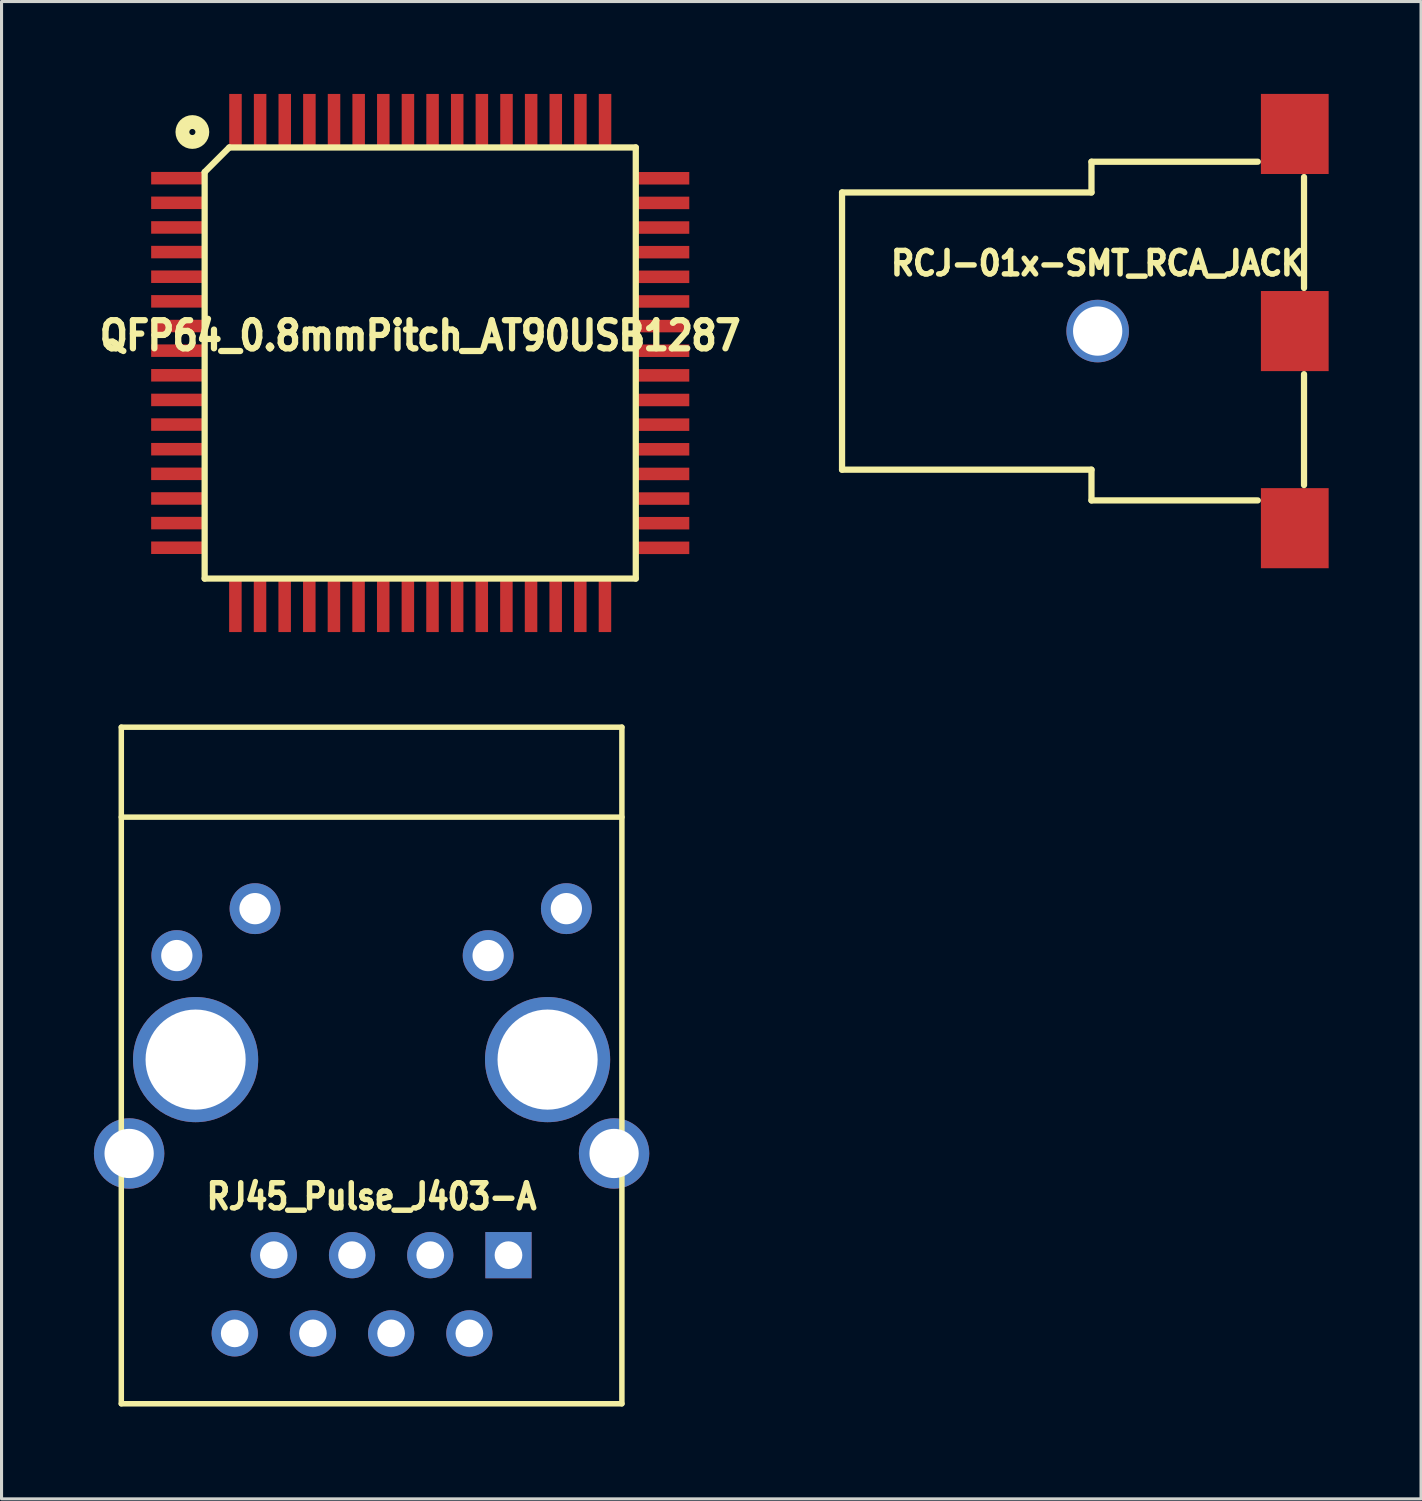
<source format=kicad_pcb>
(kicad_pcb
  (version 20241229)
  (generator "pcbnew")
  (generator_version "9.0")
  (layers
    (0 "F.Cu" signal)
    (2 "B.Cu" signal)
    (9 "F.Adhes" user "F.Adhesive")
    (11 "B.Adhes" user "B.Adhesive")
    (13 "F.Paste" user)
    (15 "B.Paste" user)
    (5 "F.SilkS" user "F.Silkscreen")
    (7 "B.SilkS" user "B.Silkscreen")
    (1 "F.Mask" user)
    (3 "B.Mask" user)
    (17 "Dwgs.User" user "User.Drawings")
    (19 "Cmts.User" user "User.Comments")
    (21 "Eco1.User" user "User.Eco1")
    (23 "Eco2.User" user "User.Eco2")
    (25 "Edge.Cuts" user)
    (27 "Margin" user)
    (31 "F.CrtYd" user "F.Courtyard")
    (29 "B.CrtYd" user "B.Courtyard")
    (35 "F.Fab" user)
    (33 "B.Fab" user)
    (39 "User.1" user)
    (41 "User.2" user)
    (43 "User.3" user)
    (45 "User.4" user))
  (footprint "QFP64_0.8mmPitch_AT90USB1287"
    (layer "F.Cu")
    (at 10.596 8.738)
    (property "Reference" "QFP64_0.8mmPitch_AT90USB1287" (at 0 -0.889 0) (layer "F.SilkS") (effects (font (size 0.914 0.813) (thickness 0.203))))
    (attr smd)
    (fp_line (start -7 -6.2) (end -7 7) (stroke (width 0.203) (type solid)) (layer "F.SilkS"))
    (fp_line (start -7 -6.2) (end -6.2 -7) (stroke (width 0.203) (type solid)) (layer "F.SilkS"))
    (fp_line (start -7 7) (end 7 7) (stroke (width 0.203) (type solid)) (layer "F.SilkS"))
    (fp_line (start 7 -7) (end -6.2 -7) (stroke (width 0.203) (type solid)) (layer "F.SilkS"))
    (fp_line (start 7 7) (end 7 -7) (stroke (width 0.203) (type solid)) (layer "F.SilkS"))
    (fp_circle (center -7.399 -7.501) (end -7.3 -7.501) (stroke (width 0.203) (type solid)) (fill no) (layer "F.SilkS"))
    (fp_circle (center -7.399 -7.501) (end -7.201 -7.699) (stroke (width 0.203) (type solid)) (fill no) (layer "F.SilkS"))
    (fp_circle (center -7.399 -7.501) (end -7 -7.3) (stroke (width 0.203) (type solid)) (fill no) (layer "F.SilkS"))
    (pad "1" smd rect (at -7.874 -6.002 90) (size 0.406 1.727) (layers "F.Cu" "F.Mask" "F.Paste"))
    (pad "2" smd rect (at -7.874 -5.202 90) (size 0.406 1.727) (layers "F.Cu" "F.Mask" "F.Paste"))
    (pad "3" smd rect (at -7.874 -4.402 90) (size 0.406 1.727) (layers "F.Cu" "F.Mask" "F.Paste"))
    (pad "4" smd rect (at -7.874 -3.602 90) (size 0.406 1.727) (layers "F.Cu" "F.Mask" "F.Paste"))
    (pad "5" smd rect (at -7.874 -2.802 90) (size 0.406 1.727) (layers "F.Cu" "F.Mask" "F.Paste"))
    (pad "6" smd rect (at -7.874 -2.002 90) (size 0.406 1.727) (layers "F.Cu" "F.Mask" "F.Paste"))
    (pad "7" smd rect (at -7.874 -1.201 90) (size 0.406 1.727) (layers "F.Cu" "F.Mask" "F.Paste"))
    (pad "8" smd rect (at -7.874 -0.401 90) (size 0.406 1.727) (layers "F.Cu" "F.Mask" "F.Paste"))
    (pad "9" smd rect (at -7.874 0.399 90) (size 0.406 1.727) (layers "F.Cu" "F.Mask" "F.Paste"))
    (pad "10" smd rect (at -7.874 1.199 90) (size 0.406 1.727) (layers "F.Cu" "F.Mask" "F.Paste"))
    (pad "11" smd rect (at -7.874 1.999 90) (size 0.406 1.727) (layers "F.Cu" "F.Mask" "F.Paste"))
    (pad "12" smd rect (at -7.874 2.799 90) (size 0.406 1.727) (layers "F.Cu" "F.Mask" "F.Paste"))
    (pad "13" smd rect (at -7.874 3.599 90) (size 0.406 1.727) (layers "F.Cu" "F.Mask" "F.Paste"))
    (pad "14" smd rect (at -7.874 4.399 90) (size 0.406 1.727) (layers "F.Cu" "F.Mask" "F.Paste"))
    (pad "15" smd rect (at -7.874 5.199 90) (size 0.406 1.727) (layers "F.Cu" "F.Mask" "F.Paste"))
    (pad "16" smd rect (at -7.874 5.999 90) (size 0.406 1.727) (layers "F.Cu" "F.Mask" "F.Paste"))
    (pad "17" smd rect (at -6.002 7.874) (size 0.406 1.727) (layers "F.Cu" "F.Mask" "F.Paste"))
    (pad "18" smd rect (at -5.202 7.874) (size 0.406 1.727) (layers "F.Cu" "F.Mask" "F.Paste"))
    (pad "19" smd rect (at -4.402 7.874) (size 0.406 1.727) (layers "F.Cu" "F.Mask" "F.Paste"))
    (pad "20" smd rect (at -3.602 7.874) (size 0.406 1.727) (layers "F.Cu" "F.Mask" "F.Paste"))
    (pad "21" smd rect (at -2.802 7.874) (size 0.406 1.727) (layers "F.Cu" "F.Mask" "F.Paste"))
    (pad "22" smd rect (at -2.002 7.874) (size 0.406 1.727) (layers "F.Cu" "F.Mask" "F.Paste"))
    (pad "23" smd rect (at -1.201 7.874) (size 0.406 1.727) (layers "F.Cu" "F.Mask" "F.Paste"))
    (pad "24" smd rect (at -0.401 7.874) (size 0.406 1.727) (layers "F.Cu" "F.Mask" "F.Paste"))
    (pad "25" smd rect (at 0.399 7.874) (size 0.406 1.727) (layers "F.Cu" "F.Mask" "F.Paste"))
    (pad "26" smd rect (at 1.199 7.874) (size 0.406 1.727) (layers "F.Cu" "F.Mask" "F.Paste"))
    (pad "27" smd rect (at 1.999 7.874) (size 0.406 1.727) (layers "F.Cu" "F.Mask" "F.Paste"))
    (pad "28" smd rect (at 2.799 7.874) (size 0.406 1.727) (layers "F.Cu" "F.Mask" "F.Paste"))
    (pad "29" smd rect (at 3.599 7.874) (size 0.406 1.727) (layers "F.Cu" "F.Mask" "F.Paste"))
    (pad "30" smd rect (at 4.399 7.874) (size 0.406 1.727) (layers "F.Cu" "F.Mask" "F.Paste"))
    (pad "31" smd rect (at 5.199 7.874) (size 0.406 1.727) (layers "F.Cu" "F.Mask" "F.Paste"))
    (pad "32" smd rect (at 5.999 7.874) (size 0.406 1.727) (layers "F.Cu" "F.Mask" "F.Paste"))
    (pad "33" smd rect (at 7.874 6.002 270) (size 0.406 1.727) (layers "F.Cu" "F.Mask" "F.Paste"))
    (pad "34" smd rect (at 7.874 5.202 270) (size 0.406 1.727) (layers "F.Cu" "F.Mask" "F.Paste"))
    (pad "35" smd rect (at 7.874 4.402 270) (size 0.406 1.727) (layers "F.Cu" "F.Mask" "F.Paste"))
    (pad "36" smd rect (at 7.874 3.602 270) (size 0.406 1.727) (layers "F.Cu" "F.Mask" "F.Paste"))
    (pad "37" smd rect (at 7.874 2.802 270) (size 0.406 1.727) (layers "F.Cu" "F.Mask" "F.Paste"))
    (pad "38" smd rect (at 7.874 2.002 270) (size 0.406 1.727) (layers "F.Cu" "F.Mask" "F.Paste"))
    (pad "39" smd rect (at 7.874 1.201 270) (size 0.406 1.727) (layers "F.Cu" "F.Mask" "F.Paste"))
    (pad "40" smd rect (at 7.874 0.401 270) (size 0.406 1.727) (layers "F.Cu" "F.Mask" "F.Paste"))
    (pad "41" smd rect (at 7.874 -0.399 270) (size 0.406 1.727) (layers "F.Cu" "F.Mask" "F.Paste"))
    (pad "42" smd rect (at 7.874 -1.199 270) (size 0.406 1.727) (layers "F.Cu" "F.Mask" "F.Paste"))
    (pad "43" smd rect (at 7.874 -1.999 270) (size 0.406 1.727) (layers "F.Cu" "F.Mask" "F.Paste"))
    (pad "44" smd rect (at 7.874 -2.799 270) (size 0.406 1.727) (layers "F.Cu" "F.Mask" "F.Paste"))
    (pad "45" smd rect (at 7.874 -3.599 270) (size 0.406 1.727) (layers "F.Cu" "F.Mask" "F.Paste"))
    (pad "46" smd rect (at 7.874 -4.399 270) (size 0.406 1.727) (layers "F.Cu" "F.Mask" "F.Paste"))
    (pad "47" smd rect (at 7.874 -5.199 270) (size 0.406 1.727) (layers "F.Cu" "F.Mask" "F.Paste"))
    (pad "48" smd rect (at 7.874 -5.999 270) (size 0.406 1.727) (layers "F.Cu" "F.Mask" "F.Paste"))
    (pad "49" smd rect (at 6.002 -7.874) (size 0.406 1.727) (layers "F.Cu" "F.Mask" "F.Paste"))
    (pad "50" smd rect (at 5.202 -7.874) (size 0.406 1.727) (layers "F.Cu" "F.Mask" "F.Paste"))
    (pad "51" smd rect (at 4.402 -7.874) (size 0.406 1.727) (layers "F.Cu" "F.Mask" "F.Paste"))
    (pad "52" smd rect (at 3.602 -7.874) (size 0.406 1.727) (layers "F.Cu" "F.Mask" "F.Paste"))
    (pad "53" smd rect (at 2.802 -7.874) (size 0.406 1.727) (layers "F.Cu" "F.Mask" "F.Paste"))
    (pad "54" smd rect (at 2.002 -7.874) (size 0.406 1.727) (layers "F.Cu" "F.Mask" "F.Paste"))
    (pad "55" smd rect (at 1.201 -7.874) (size 0.406 1.727) (layers "F.Cu" "F.Mask" "F.Paste"))
    (pad "56" smd rect (at 0.401 -7.874) (size 0.406 1.727) (layers "F.Cu" "F.Mask" "F.Paste"))
    (pad "57" smd rect (at -0.399 -7.874) (size 0.406 1.727) (layers "F.Cu" "F.Mask" "F.Paste"))
    (pad "58" smd rect (at -1.199 -7.874) (size 0.406 1.727) (layers "F.Cu" "F.Mask" "F.Paste"))
    (pad "59" smd rect (at -1.999 -7.874) (size 0.406 1.727) (layers "F.Cu" "F.Mask" "F.Paste"))
    (pad "60" smd rect (at -2.799 -7.874) (size 0.406 1.727) (layers "F.Cu" "F.Mask" "F.Paste"))
    (pad "61" smd rect (at -3.599 -7.874) (size 0.406 1.727) (layers "F.Cu" "F.Mask" "F.Paste"))
    (pad "62" smd rect (at -4.399 -7.874) (size 0.406 1.727) (layers "F.Cu" "F.Mask" "F.Paste"))
    (pad "63" smd rect (at -5.199 -7.874) (size 0.406 1.727) (layers "F.Cu" "F.Mask" "F.Paste"))
    (pad "64" smd rect (at -5.999 -7.874) (size 0.406 1.727) (layers "F.Cu" "F.Mask" "F.Paste")))
  (footprint "RJ45_Pulse_J403-A"
    (layer "F.Cu")
    (at 9.017 31.359)
    (property "Reference" "RJ45_Pulse_J403-A" (at 0 4.445 0) (layer "F.SilkS") (effects (font (size 0.813 0.711) (thickness 0.178))))
    (attr through_hole)
    (fp_line (start -8.128 -7.874) (end 8.128 -7.874) (stroke (width 0.178) (type solid)) (layer "F.SilkS"))
    (fp_line (start -8.128 11.176) (end -8.128 -10.795) (stroke (width 0.178) (type solid)) (layer "F.SilkS"))
    (fp_line (start -8.128 11.176) (end 8.128 11.176) (stroke (width 0.178) (type solid)) (layer "F.SilkS"))
    (fp_line (start 8.128 -10.795) (end -8.128 -10.795) (stroke (width 0.178) (type solid)) (layer "F.SilkS"))
    (fp_line (start 8.128 11.176) (end 8.128 -10.795) (stroke (width 0.178) (type solid)) (layer "F.SilkS"))
    (pad "1" thru_hole rect (at 4.445 6.35 180) (size 1.501 1.501) (drill 0.899) (layers "*.Cu" "*.Mask"))
    (pad "2" thru_hole circle (at 3.175 8.89 180) (size 1.501 1.501) (drill 0.899) (layers "*.Cu" "*.Mask"))
    (pad "3" thru_hole circle (at 1.905 6.35 180) (size 1.501 1.501) (drill 0.899) (layers "*.Cu" "*.Mask"))
    (pad "4" thru_hole circle (at 0.635 8.89 180) (size 1.501 1.501) (drill 0.899) (layers "*.Cu" "*.Mask"))
    (pad "5" thru_hole circle (at -0.635 6.35 180) (size 1.501 1.501) (drill 0.899) (layers "*.Cu" "*.Mask"))
    (pad "6" thru_hole circle (at -1.905 8.89 180) (size 1.501 1.501) (drill 0.899) (layers "*.Cu" "*.Mask"))
    (pad "7" thru_hole circle (at -3.175 6.35 180) (size 1.501 1.501) (drill 0.899) (layers "*.Cu" "*.Mask"))
    (pad "8" thru_hole circle (at -4.445 8.89 180) (size 1.501 1.501) (drill 0.899) (layers "*.Cu" "*.Mask"))
    (pad "9" thru_hole circle (at 6.325 -4.902 180) (size 1.651 1.651) (drill 1.016) (layers "*.Cu" "*.Mask"))
    (pad "10" thru_hole circle (at 3.785 -3.378 180) (size 1.651 1.651) (drill 1.016) (layers "*.Cu" "*.Mask"))
    (pad "11" thru_hole circle (at -3.785 -4.902 180) (size 1.651 1.651) (drill 1.016) (layers "*.Cu" "*.Mask"))
    (pad "12" thru_hole circle (at -6.325 -3.378 180) (size 1.651 1.651) (drill 1.016) (layers "*.Cu" "*.Mask"))
    (pad "13" thru_hole circle (at -7.874 3.048 180) (size 2.286 2.286) (drill 1.6) (layers "*.Cu" "*.Mask"))
    (pad "13" thru_hole circle (at -5.715 0 180) (size 4.064 4.064) (drill 3.251) (layers "*.Cu" "*.Mask"))
    (pad "13" thru_hole circle (at 5.715 0 180) (size 4.064 4.064) (drill 3.251) (layers "*.Cu" "*.Mask"))
    (pad "13" thru_hole circle (at 7.874 3.048 180) (size 2.286 2.286) (drill 1.6) (layers "*.Cu" "*.Mask")))
  (footprint "RCJ-01x-SMT_RCA_JACK"
    (layer "F.Cu")
    (at 32.595 7.701)
    (property "Reference" "RCJ-01x-SMT_RCA_JACK" (at 0 -2.2 0) (layer "F.SilkS") (effects (font (size 0.762 0.711) (thickness 0.178))))
    (attr smd)
    (fp_line (start -8.301 4.501) (end -8.301 -4.501) (stroke (width 0.203) (type solid)) (layer "F.SilkS"))
    (fp_line (start -0.201 -5.499) (end -0.201 -4.501) (stroke (width 0.203) (type solid)) (layer "F.SilkS"))
    (fp_line (start -0.201 -4.501) (end -8.301 -4.501) (stroke (width 0.203) (type solid)) (layer "F.SilkS"))
    (fp_line (start -0.201 4.501) (end -8.301 4.501) (stroke (width 0.203) (type solid)) (layer "F.SilkS"))
    (fp_line (start -0.201 5.499) (end -0.201 4.501) (stroke (width 0.203) (type solid)) (layer "F.SilkS"))
    (fp_line (start 5.199 -5.499) (end -0.201 -5.499) (stroke (width 0.203) (type solid)) (layer "F.SilkS"))
    (fp_line (start 5.199 5.499) (end -0.201 5.499) (stroke (width 0.203) (type solid)) (layer "F.SilkS"))
    (fp_line (start 6.701 -5.001) (end 6.701 -1.4) (stroke (width 0.203) (type solid)) (layer "F.SilkS"))
    (fp_line (start 6.701 1.4) (end 6.701 5.001) (stroke (width 0.203) (type solid)) (layer "F.SilkS"))
    (pad "1" thru_hole circle (at 0 0) (size 2.032 2.032) (drill 1.6) (layers "*.Cu" "F.Mask"))
    (pad "1" smd rect (at 6.401 -6.401) (size 2.2 2.601) (layers "F.Cu" "F.Mask" "F.Paste"))
    (pad "1" smd rect (at 6.401 6.401) (size 2.2 2.601) (layers "F.Cu" "F.Mask" "F.Paste"))
    (pad "2" smd rect (at 6.401 0) (size 2.2 2.601) (layers "F.Cu" "F.Mask" "F.Paste")))
  (gr_rect
    (start -3 -3)
    (end 43.096 45.624)
    (stroke (width 0.1) (type default))
    (fill no)
    (layer "Edge.Cuts")))
</source>
